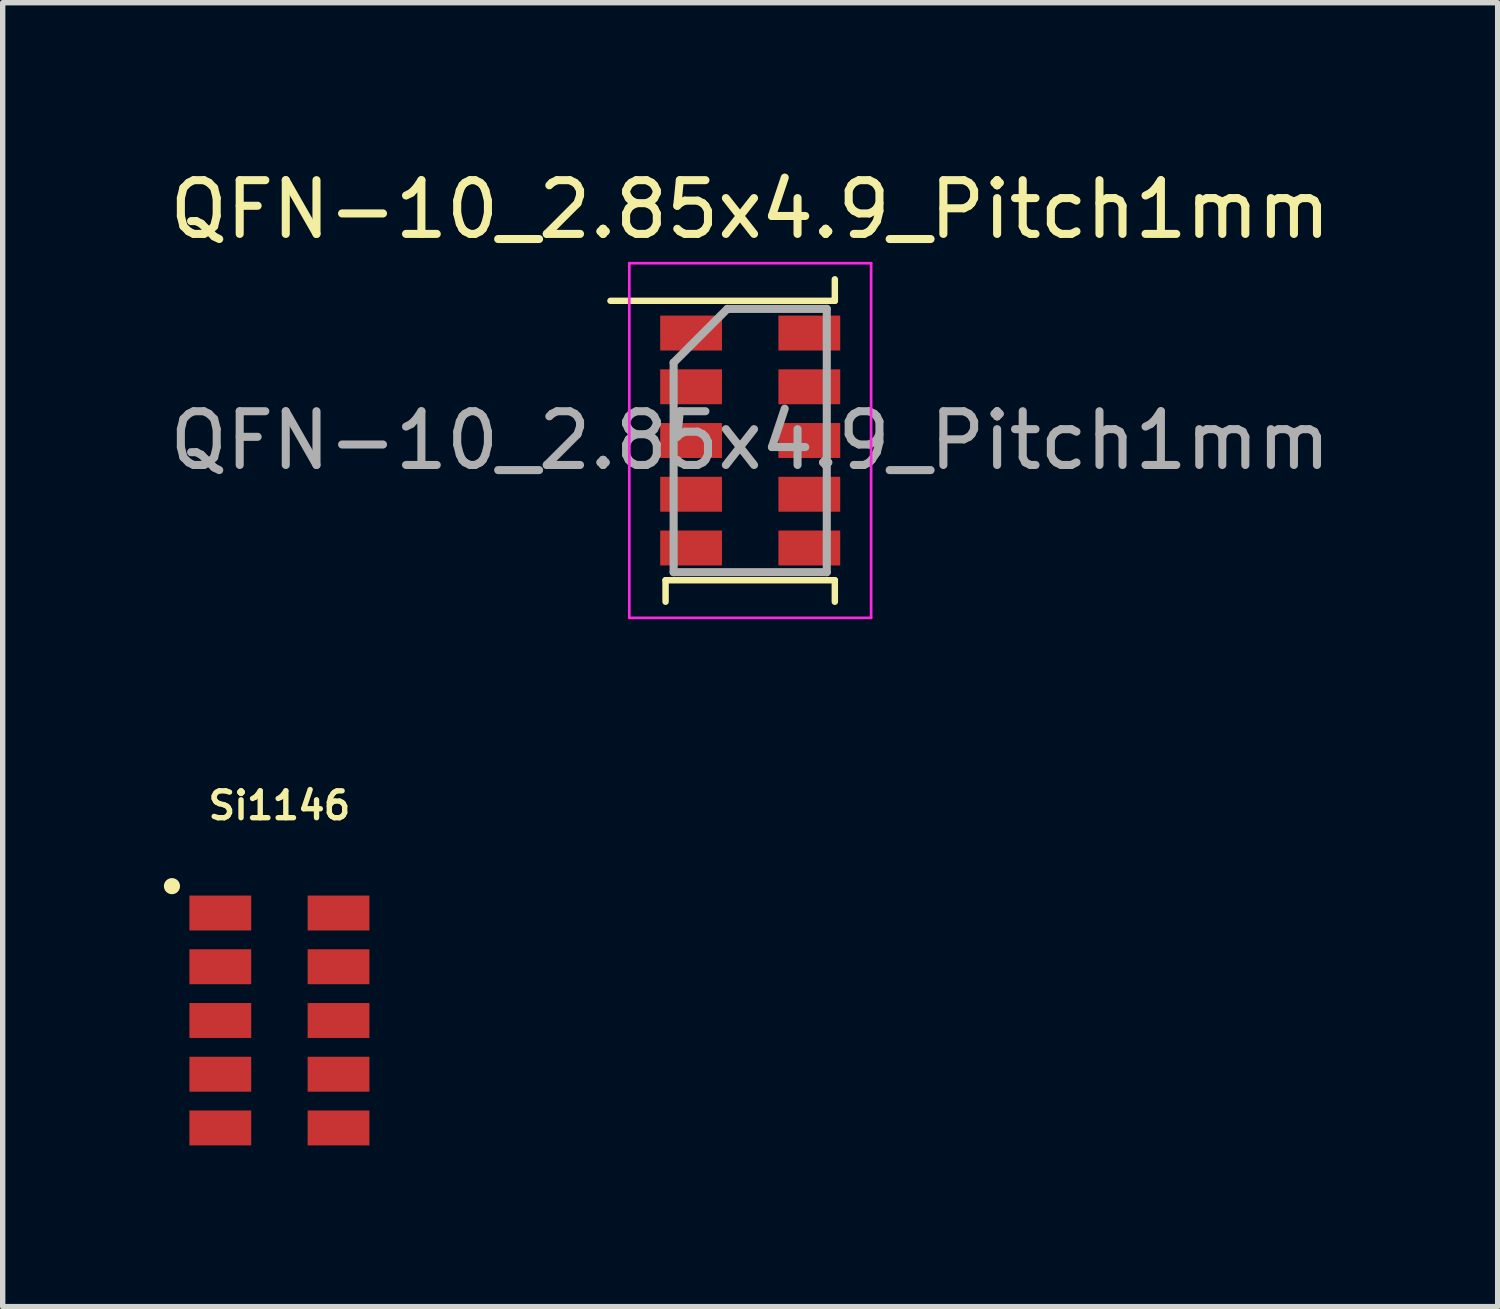
<source format=kicad_pcb>
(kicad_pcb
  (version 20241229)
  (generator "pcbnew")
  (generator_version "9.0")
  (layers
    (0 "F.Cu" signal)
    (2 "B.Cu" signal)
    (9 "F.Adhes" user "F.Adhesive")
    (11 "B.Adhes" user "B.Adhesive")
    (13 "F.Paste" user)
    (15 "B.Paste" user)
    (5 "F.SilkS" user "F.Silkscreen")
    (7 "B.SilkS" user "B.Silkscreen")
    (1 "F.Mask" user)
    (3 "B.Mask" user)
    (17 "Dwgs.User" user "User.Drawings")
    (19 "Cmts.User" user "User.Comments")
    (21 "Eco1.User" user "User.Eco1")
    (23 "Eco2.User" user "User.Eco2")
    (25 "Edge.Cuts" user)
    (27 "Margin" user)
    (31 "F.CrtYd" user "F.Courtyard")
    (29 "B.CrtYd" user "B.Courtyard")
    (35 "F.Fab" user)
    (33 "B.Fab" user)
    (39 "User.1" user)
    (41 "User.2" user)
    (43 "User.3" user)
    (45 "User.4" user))
  (footprint "QFN-10_2.85x4.9_Pitch1mm"
    (layer "F.Cu")
    (at 10.911 5.148)
    (property "Reference" "QFN-10_2.85x4.9_Pitch1mm" (at 0 -4.3 0) (layer "F.SilkS") (effects (font (size 1 1) (thickness 0.15))))
    (attr smd)
    (fp_line (start -2.6 -2.6) (end 1.575 -2.6) (stroke (width 0.12) (type default)) (layer "F.SilkS"))
    (fp_line (start -1.575 2.6) (end 1.575 2.6) (stroke (width 0.12) (type default)) (layer "F.SilkS"))
    (fp_line (start -1.575 3) (end -1.575 2.6) (stroke (width 0.12) (type default)) (layer "F.SilkS"))
    (fp_line (start 1.575 -2.6) (end 1.575 -3) (stroke (width 0.12) (type default)) (layer "F.SilkS"))
    (fp_line (start 1.575 2.6) (end 1.575 3) (stroke (width 0.12) (type default)) (layer "F.SilkS"))
    (fp_line (start -2.25 -3.3) (end 2.25 -3.3) (stroke (width 0.05) (type default)) (layer "F.CrtYd"))
    (fp_line (start -2.25 3.3) (end -2.25 -3.3) (stroke (width 0.05) (type default)) (layer "F.CrtYd"))
    (fp_line (start 2.25 -3.3) (end 2.25 3.3) (stroke (width 0.05) (type default)) (layer "F.CrtYd"))
    (fp_line (start 2.25 3.3) (end -2.25 3.3) (stroke (width 0.05) (type default)) (layer "F.CrtYd"))
    (fp_line (start -1.425 -1.45) (end -1.425 2.45) (stroke (width 0.15) (type default)) (layer "F.Fab"))
    (fp_line (start -1.425 2.45) (end 1.425 2.45) (stroke (width 0.15) (type default)) (layer "F.Fab"))
    (fp_line (start -0.425 -2.45) (end -1.425 -1.45) (stroke (width 0.15) (type default)) (layer "F.Fab"))
    (fp_line (start 1.425 -2.45) (end -0.425 -2.45) (stroke (width 0.15) (type default)) (layer "F.Fab"))
    (fp_line (start 1.425 2.45) (end 1.425 -2.45) (stroke (width 0.15) (type default)) (layer "F.Fab"))
    (fp_text user "${REFERENCE}" (at 0 0 0) (layer "F.Fab") (effects (font (size 1 1) (thickness 0.15))))
    (pad "1" smd rect (at -1.1 -2 90) (size 0.65 1.15) (layers "F.Cu" "F.Mask" "F.Paste"))
    (pad "2" smd rect (at -1.1 -1 90) (size 0.65 1.15) (layers "F.Cu" "F.Mask" "F.Paste"))
    (pad "3" smd rect (at -1.1 0 90) (size 0.65 1.15) (layers "F.Cu" "F.Mask" "F.Paste"))
    (pad "4" smd rect (at -1.1 1 90) (size 0.65 1.15) (layers "F.Cu" "F.Mask" "F.Paste"))
    (pad "5" smd rect (at -1.1 2 90) (size 0.65 1.15) (layers "F.Cu" "F.Mask" "F.Paste"))
    (pad "6" smd rect (at 1.1 2 90) (size 0.65 1.15) (layers "F.Cu" "F.Mask" "F.Paste"))
    (pad "7" smd rect (at 1.1 1 90) (size 0.65 1.15) (layers "F.Cu" "F.Mask" "F.Paste"))
    (pad "8" smd rect (at 1.1 0 90) (size 0.65 1.15) (layers "F.Cu" "F.Mask" "F.Paste"))
    (pad "9" smd rect (at 1.1 -1 90) (size 0.65 1.15) (layers "F.Cu" "F.Mask" "F.Paste"))
    (pad "10" smd rect (at 1.1 -2 90) (size 0.65 1.15) (layers "F.Cu" "F.Mask" "F.Paste")))
  (footprint "Si1146"
    (layer "F.Cu")
    (at 2.15 15.941)
    (property "Reference" "Si1146" (at 0 -4 0) (unlocked yes) (layer "F.SilkS") (effects (font (size 0.5 0.5) (thickness 0.1))))
    (attr smd)
    (fp_circle (center -2 -2.5) (end -1.9 -2.5) (stroke (width 0.1) (type solid)) (fill yes) (layer "F.SilkS"))
    (pad "1" smd rect (at -1.1 -2) (size 1.15 0.65) (layers "F.Cu" "F.Mask" "F.Paste"))
    (pad "2" smd rect (at -1.1 -1) (size 1.15 0.65) (layers "F.Cu" "F.Mask" "F.Paste"))
    (pad "3" smd rect (at -1.1 0) (size 1.15 0.65) (layers "F.Cu" "F.Mask" "F.Paste"))
    (pad "4" smd rect (at -1.1 1) (size 1.15 0.65) (layers "F.Cu" "F.Mask" "F.Paste"))
    (pad "5" smd rect (at -1.1 2) (size 1.15 0.65) (layers "F.Cu" "F.Mask" "F.Paste"))
    (pad "6" smd rect (at 1.1 2) (size 1.15 0.65) (layers "F.Cu" "F.Mask" "F.Paste"))
    (pad "7" smd rect (at 1.1 1) (size 1.15 0.65) (layers "F.Cu" "F.Mask" "F.Paste"))
    (pad "8" smd rect (at 1.1 0) (size 1.15 0.65) (layers "F.Cu" "F.Mask" "F.Paste"))
    (pad "9" smd rect (at 1.1 -1) (size 1.15 0.65) (layers "F.Cu" "F.Mask" "F.Paste"))
    (pad "10" smd rect (at 1.1 -2) (size 1.15 0.65) (layers "F.Cu" "F.Mask" "F.Paste")))
  (gr_rect
    (start -3 -3)
    (end 24.821 21.266)
    (stroke (width 0.1) (type default))
    (fill no)
    (layer "Edge.Cuts")))
</source>
